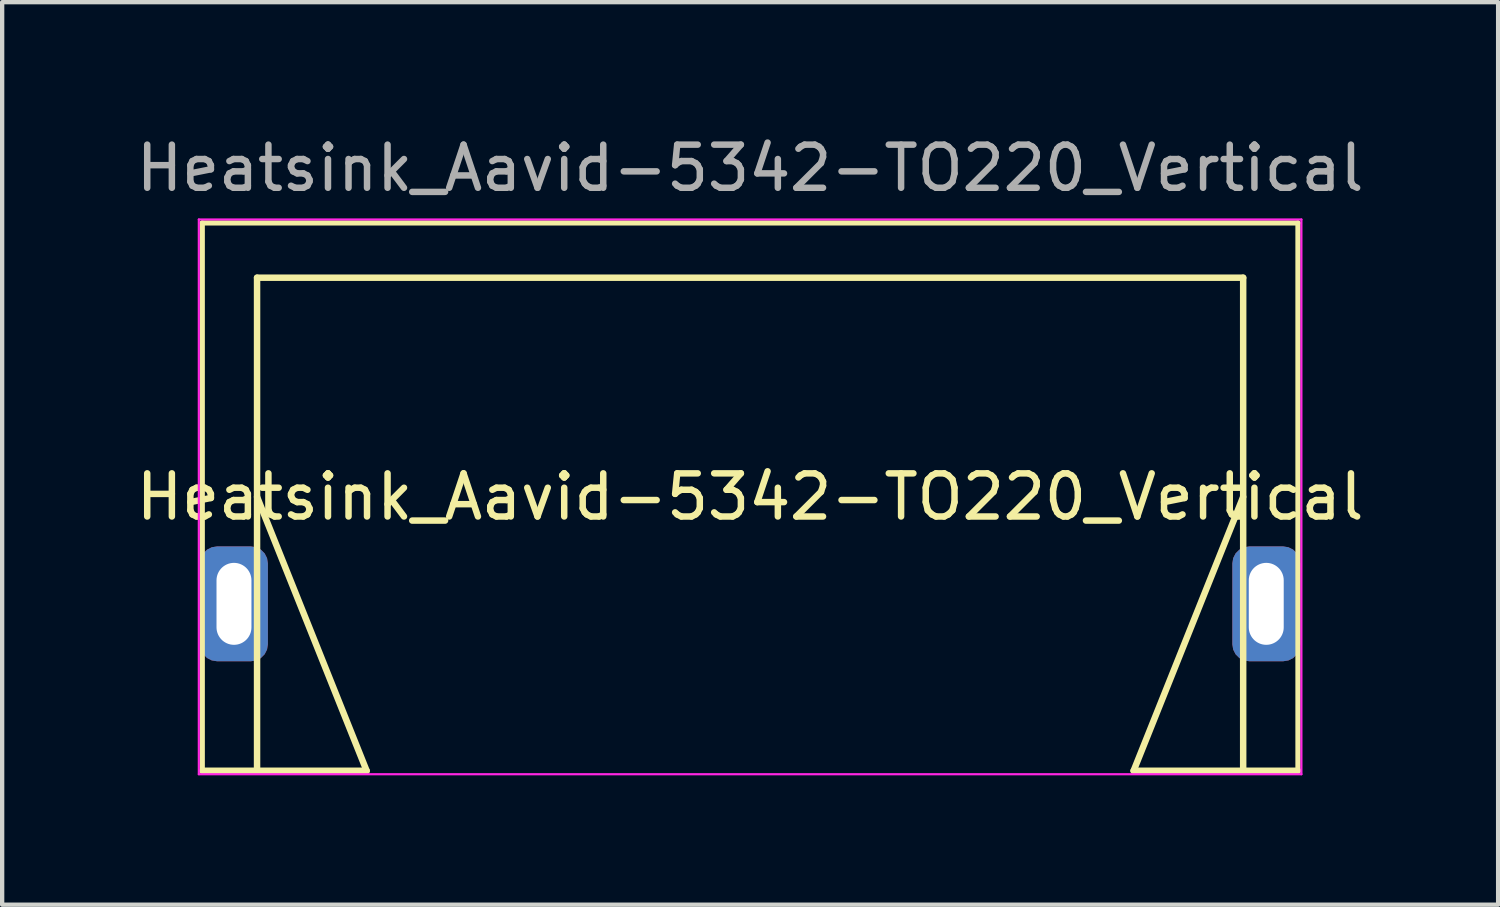
<source format=kicad_pcb>
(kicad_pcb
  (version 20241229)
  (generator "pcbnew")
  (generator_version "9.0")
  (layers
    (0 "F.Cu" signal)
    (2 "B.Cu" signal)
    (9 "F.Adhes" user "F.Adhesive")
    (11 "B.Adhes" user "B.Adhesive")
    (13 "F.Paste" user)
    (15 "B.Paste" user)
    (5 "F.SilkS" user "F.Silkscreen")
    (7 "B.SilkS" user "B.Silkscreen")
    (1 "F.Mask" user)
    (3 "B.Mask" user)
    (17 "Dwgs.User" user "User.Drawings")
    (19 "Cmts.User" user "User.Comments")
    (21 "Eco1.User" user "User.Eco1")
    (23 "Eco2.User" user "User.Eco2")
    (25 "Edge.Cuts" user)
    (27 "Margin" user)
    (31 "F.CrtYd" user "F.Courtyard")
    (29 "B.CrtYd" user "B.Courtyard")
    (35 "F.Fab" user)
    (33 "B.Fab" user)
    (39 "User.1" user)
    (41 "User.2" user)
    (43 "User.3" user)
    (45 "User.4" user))
  (footprint "Heatsink_Aavid-5342-TO220_Vertical"
    (layer "F.Cu")
    (at 14.339 8.468)
    (property "Reference" "Heatsink_Aavid-5342-TO220_Vertical" (at 0 0 0) (layer "F.SilkS") (effects (font (size 1 1) (thickness 0.15))))
    (attr through_hole)
    (fp_line (start -12.7 -6.35) (end -12.7 6.35) (stroke (width 0.12) (type solid)) (layer "F.SilkS"))
    (fp_line (start -12.7 -6.35) (end 12.7 -6.35) (stroke (width 0.12) (type solid)) (layer "F.SilkS"))
    (fp_line (start -12.7 6.35) (end -11.43 6.35) (stroke (width 0.15) (type solid)) (layer "F.SilkS"))
    (fp_line (start -11.43 -5.08) (end 11.43 -5.08) (stroke (width 0.15) (type solid)) (layer "F.SilkS"))
    (fp_line (start -11.43 6.35) (end -11.43 -5.08) (stroke (width 0.15) (type solid)) (layer "F.SilkS"))
    (fp_line (start -8.89 6.35) (end -11.43 0) (stroke (width 0.15) (type solid)) (layer "F.SilkS"))
    (fp_line (start -8.89 6.35) (end -11.43 6.35) (stroke (width 0.15) (type solid)) (layer "F.SilkS"))
    (fp_line (start 8.89 6.35) (end 11.43 0) (stroke (width 0.15) (type solid)) (layer "F.SilkS"))
    (fp_line (start 11.43 -5.08) (end 11.43 6.35) (stroke (width 0.15) (type solid)) (layer "F.SilkS"))
    (fp_line (start 11.43 6.35) (end 8.89 6.35) (stroke (width 0.15) (type solid)) (layer "F.SilkS"))
    (fp_line (start 11.43 6.35) (end 12.7 6.35) (stroke (width 0.15) (type solid)) (layer "F.SilkS"))
    (fp_line (start 12.7 -6.35) (end 12.7 6.35) (stroke (width 0.12) (type solid)) (layer "F.SilkS"))
    (fp_line (start -12.78 -6.43) (end -12.78 6.43) (stroke (width 0.05) (type solid)) (layer "F.CrtYd"))
    (fp_line (start -12.78 -6.43) (end 12.78 -6.43) (stroke (width 0.05) (type solid)) (layer "F.CrtYd"))
    (fp_line (start -12.78 6.43) (end 12.78 6.43) (stroke (width 0.05) (type solid)) (layer "F.CrtYd"))
    (fp_line (start 12.78 -6.43) (end 12.78 6.43) (stroke (width 0.05) (type solid)) (layer "F.CrtYd"))
    (fp_text user "${REFERENCE}" (at 0 -7.62 0) (layer "F.Fab") (effects (font (size 1 1) (thickness 0.15))))
    (pad "1" thru_hole roundrect (at -11.965 2.48) (size 1.572 2.662) (drill oval 0.81 1.9) (layers "*.Cu" "*.Mask") (roundrect_rratio 0.25))
    (pad "1" thru_hole roundrect (at 11.965 2.48) (size 1.572 2.662) (drill oval 0.81 1.9) (layers "*.Cu" "*.Mask") (roundrect_rratio 0.25)))
  (gr_rect
    (start -3 -3)
    (end 31.679 17.923)
    (stroke (width 0.1) (type default))
    (fill no)
    (layer "Edge.Cuts")))
</source>
